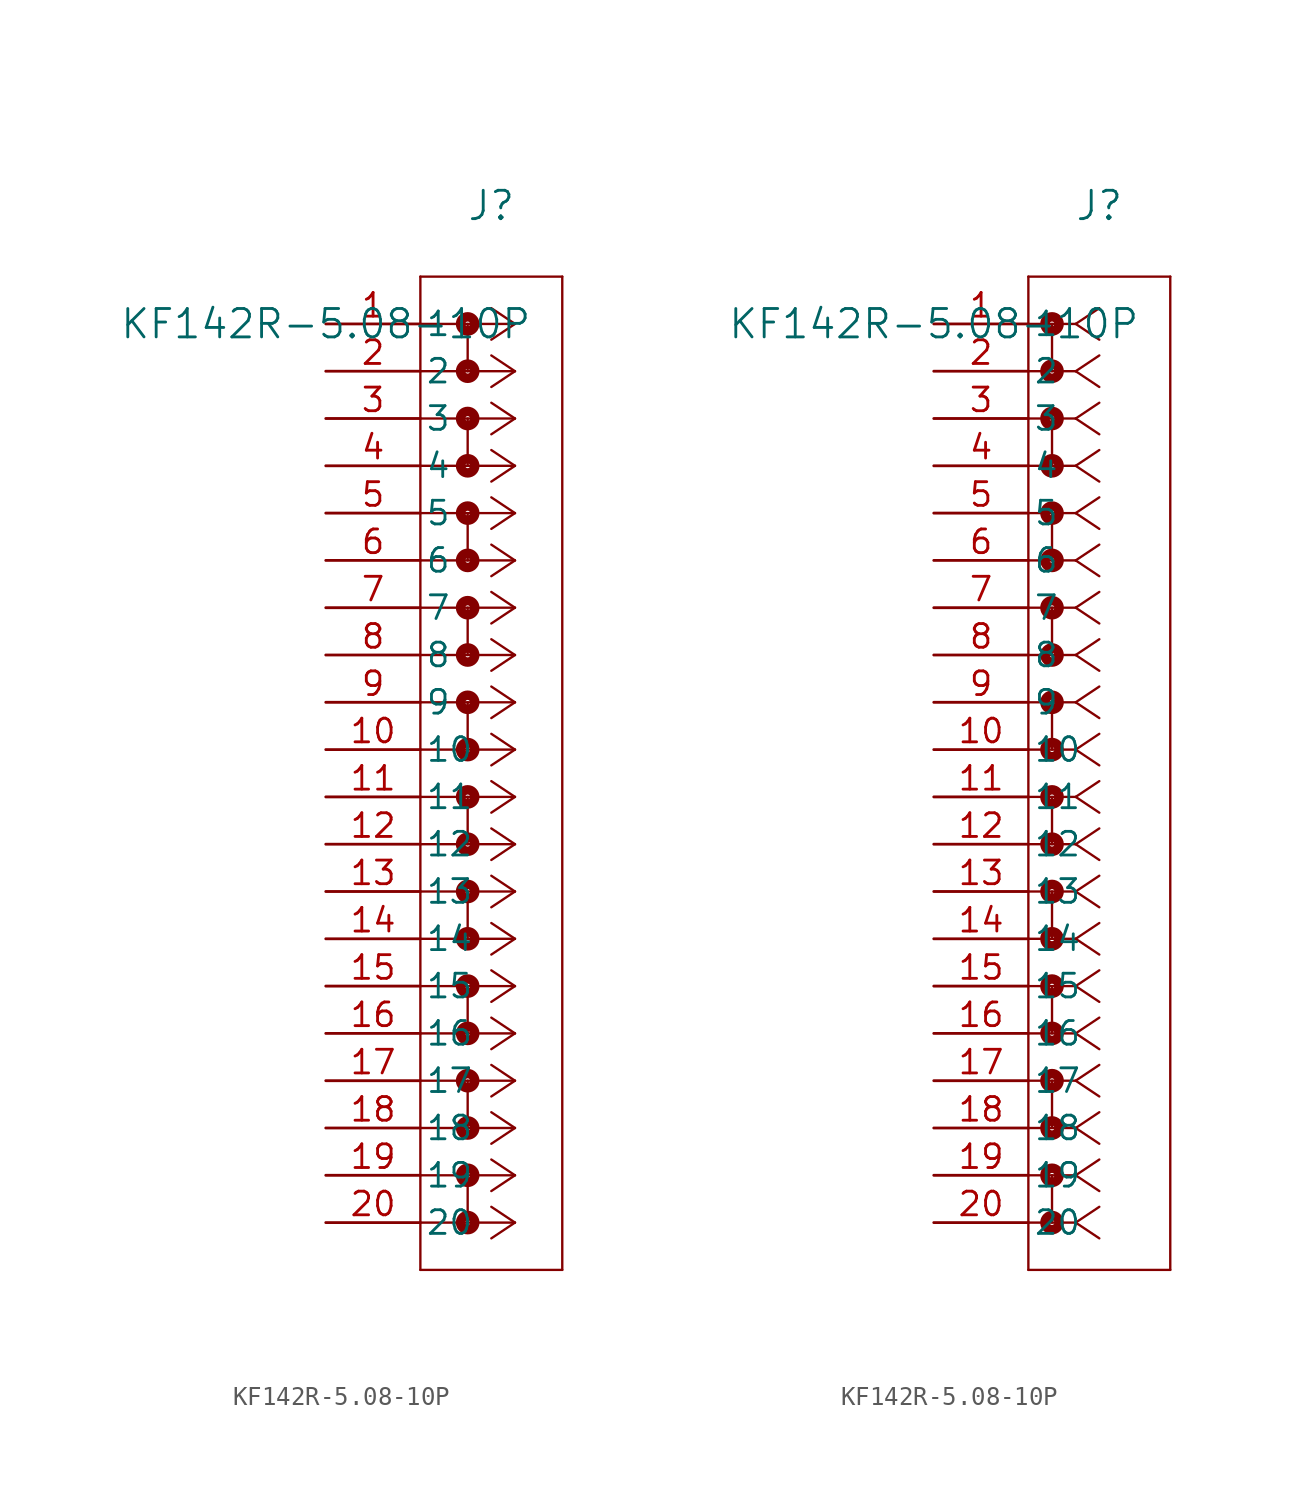
<source format=kicad_sym>
(kicad_symbol_lib
  (version 20211014)
  (generator kicad_symbol_editor)
  (symbol "KF142R-5.08-10P"
    (pin_names
      (offset 0.254))
    (property "Reference" "J"
      (at 8.89 6.35 0)
      (effects (font (size 1.524 1.524))))
    (property "Value" "KF142R-5.08-10P"
      (at 0 0 0)
      (effects (font (size 1.524 1.524))))
    (symbol "KF142R-5.08-10P_1_1"
      (polyline (pts (xy 10.16 0) (xy 5.08 0)) (stroke (width 0.127) (type default) (color 0 0 0 0)) (fill (type none)))
      (polyline (pts (xy 10.16 -2.54) (xy 5.08 -2.54)) (stroke (width 0.127) (type default) (color 0 0 0 0)) (fill (type none)))
      (polyline (pts (xy 10.16 -5.08) (xy 5.08 -5.08)) (stroke (width 0.127) (type default) (color 0 0 0 0)) (fill (type none)))
      (polyline (pts (xy 10.16 -7.62) (xy 5.08 -7.62)) (stroke (width 0.127) (type default) (color 0 0 0 0)) (fill (type none)))
      (polyline (pts (xy 10.16 -10.16) (xy 5.08 -10.16)) (stroke (width 0.127) (type default) (color 0 0 0 0)) (fill (type none)))
      (polyline (pts (xy 10.16 -12.7) (xy 5.08 -12.7)) (stroke (width 0.127) (type default) (color 0 0 0 0)) (fill (type none)))
      (polyline (pts (xy 10.16 -15.24) (xy 5.08 -15.24)) (stroke (width 0.127) (type default) (color 0 0 0 0)) (fill (type none)))
      (polyline (pts (xy 10.16 -17.78) (xy 5.08 -17.78)) (stroke (width 0.127) (type default) (color 0 0 0 0)) (fill (type none)))
      (polyline (pts (xy 10.16 -20.32) (xy 5.08 -20.32)) (stroke (width 0.127) (type default) (color 0 0 0 0)) (fill (type none)))
      (polyline (pts (xy 10.16 -22.86) (xy 5.08 -22.86)) (stroke (width 0.127) (type default) (color 0 0 0 0)) (fill (type none)))
      (polyline (pts (xy 10.16 -25.4) (xy 5.08 -25.4)) (stroke (width 0.127) (type default) (color 0 0 0 0)) (fill (type none)))
      (polyline (pts (xy 10.16 -27.94) (xy 5.08 -27.94)) (stroke (width 0.127) (type default) (color 0 0 0 0)) (fill (type none)))
      (polyline (pts (xy 10.16 -30.48) (xy 5.08 -30.48)) (stroke (width 0.127) (type default) (color 0 0 0 0)) (fill (type none)))
      (polyline (pts (xy 10.16 -33.02) (xy 5.08 -33.02)) (stroke (width 0.127) (type default) (color 0 0 0 0)) (fill (type none)))
      (polyline (pts (xy 10.16 -35.56) (xy 5.08 -35.56)) (stroke (width 0.127) (type default) (color 0 0 0 0)) (fill (type none)))
      (polyline (pts (xy 10.16 -38.1) (xy 5.08 -38.1)) (stroke (width 0.127) (type default) (color 0 0 0 0)) (fill (type none)))
      (polyline (pts (xy 10.16 -40.64) (xy 5.08 -40.64)) (stroke (width 0.127) (type default) (color 0 0 0 0)) (fill (type none)))
      (polyline (pts (xy 10.16 -43.18) (xy 5.08 -43.18)) (stroke (width 0.127) (type default) (color 0 0 0 0)) (fill (type none)))
      (polyline (pts (xy 10.16 -45.72) (xy 5.08 -45.72)) (stroke (width 0.127) (type default) (color 0 0 0 0)) (fill (type none)))
      (polyline (pts (xy 10.16 -48.26) (xy 5.08 -48.26)) (stroke (width 0.127) (type default) (color 0 0 0 0)) (fill (type none)))
      (polyline (pts (xy 10.16 0) (xy 8.89 0.847)) (stroke (width 0.127) (type default) (color 0 0 0 0)) (fill (type none)))
      (polyline (pts (xy 10.16 -2.54) (xy 8.89 -1.693)) (stroke (width 0.127) (type default) (color 0 0 0 0)) (fill (type none)))
      (polyline (pts (xy 10.16 -5.08) (xy 8.89 -4.233)) (stroke (width 0.127) (type default) (color 0 0 0 0)) (fill (type none)))
      (polyline (pts (xy 10.16 -7.62) (xy 8.89 -6.773)) (stroke (width 0.127) (type default) (color 0 0 0 0)) (fill (type none)))
      (polyline (pts (xy 10.16 -10.16) (xy 8.89 -9.313)) (stroke (width 0.127) (type default) (color 0 0 0 0)) (fill (type none)))
      (polyline (pts (xy 10.16 -12.7) (xy 8.89 -11.853)) (stroke (width 0.127) (type default) (color 0 0 0 0)) (fill (type none)))
      (polyline (pts (xy 10.16 -15.24) (xy 8.89 -14.393)) (stroke (width 0.127) (type default) (color 0 0 0 0)) (fill (type none)))
      (polyline (pts (xy 10.16 -17.78) (xy 8.89 -16.933)) (stroke (width 0.127) (type default) (color 0 0 0 0)) (fill (type none)))
      (polyline (pts (xy 10.16 -20.32) (xy 8.89 -19.473)) (stroke (width 0.127) (type default) (color 0 0 0 0)) (fill (type none)))
      (polyline (pts (xy 10.16 -22.86) (xy 8.89 -22.013)) (stroke (width 0.127) (type default) (color 0 0 0 0)) (fill (type none)))
      (polyline (pts (xy 10.16 -25.4) (xy 8.89 -24.553)) (stroke (width 0.127) (type default) (color 0 0 0 0)) (fill (type none)))
      (polyline (pts (xy 10.16 -27.94) (xy 8.89 -27.093)) (stroke (width 0.127) (type default) (color 0 0 0 0)) (fill (type none)))
      (polyline (pts (xy 10.16 -30.48) (xy 8.89 -29.633)) (stroke (width 0.127) (type default) (color 0 0 0 0)) (fill (type none)))
      (polyline (pts (xy 10.16 -33.02) (xy 8.89 -32.173)) (stroke (width 0.127) (type default) (color 0 0 0 0)) (fill (type none)))
      (polyline (pts (xy 10.16 -35.56) (xy 8.89 -34.713)) (stroke (width 0.127) (type default) (color 0 0 0 0)) (fill (type none)))
      (polyline (pts (xy 10.16 -38.1) (xy 8.89 -37.253)) (stroke (width 0.127) (type default) (color 0 0 0 0)) (fill (type none)))
      (polyline (pts (xy 10.16 -40.64) (xy 8.89 -39.793)) (stroke (width 0.127) (type default) (color 0 0 0 0)) (fill (type none)))
      (polyline (pts (xy 10.16 -43.18) (xy 8.89 -42.333)) (stroke (width 0.127) (type default) (color 0 0 0 0)) (fill (type none)))
      (polyline (pts (xy 10.16 -45.72) (xy 8.89 -44.873)) (stroke (width 0.127) (type default) (color 0 0 0 0)) (fill (type none)))
      (polyline (pts (xy 10.16 -48.26) (xy 8.89 -47.413)) (stroke (width 0.127) (type default) (color 0 0 0 0)) (fill (type none)))
      (polyline (pts (xy 10.16 0) (xy 8.89 -0.847)) (stroke (width 0.127) (type default) (color 0 0 0 0)) (fill (type none)))
      (polyline (pts (xy 10.16 -2.54) (xy 8.89 -3.387)) (stroke (width 0.127) (type default) (color 0 0 0 0)) (fill (type none)))
      (polyline (pts (xy 10.16 -5.08) (xy 8.89 -5.927)) (stroke (width 0.127) (type default) (color 0 0 0 0)) (fill (type none)))
      (polyline (pts (xy 10.16 -7.62) (xy 8.89 -8.467)) (stroke (width 0.127) (type default) (color 0 0 0 0)) (fill (type none)))
      (polyline (pts (xy 10.16 -10.16) (xy 8.89 -11.007)) (stroke (width 0.127) (type default) (color 0 0 0 0)) (fill (type none)))
      (polyline (pts (xy 10.16 -12.7) (xy 8.89 -13.547)) (stroke (width 0.127) (type default) (color 0 0 0 0)) (fill (type none)))
      (polyline (pts (xy 10.16 -15.24) (xy 8.89 -16.087)) (stroke (width 0.127) (type default) (color 0 0 0 0)) (fill (type none)))
      (polyline (pts (xy 10.16 -17.78) (xy 8.89 -18.627)) (stroke (width 0.127) (type default) (color 0 0 0 0)) (fill (type none)))
      (polyline (pts (xy 10.16 -20.32) (xy 8.89 -21.167)) (stroke (width 0.127) (type default) (color 0 0 0 0)) (fill (type none)))
      (polyline (pts (xy 10.16 -22.86) (xy 8.89 -23.707)) (stroke (width 0.127) (type default) (color 0 0 0 0)) (fill (type none)))
      (polyline (pts (xy 10.16 -25.4) (xy 8.89 -26.247)) (stroke (width 0.127) (type default) (color 0 0 0 0)) (fill (type none)))
      (polyline (pts (xy 10.16 -27.94) (xy 8.89 -28.787)) (stroke (width 0.127) (type default) (color 0 0 0 0)) (fill (type none)))
      (polyline (pts (xy 10.16 -30.48) (xy 8.89 -31.327)) (stroke (width 0.127) (type default) (color 0 0 0 0)) (fill (type none)))
      (polyline (pts (xy 10.16 -33.02) (xy 8.89 -33.867)) (stroke (width 0.127) (type default) (color 0 0 0 0)) (fill (type none)))
      (polyline (pts (xy 10.16 -35.56) (xy 8.89 -36.407)) (stroke (width 0.127) (type default) (color 0 0 0 0)) (fill (type none)))
      (polyline (pts (xy 10.16 -38.1) (xy 8.89 -38.947)) (stroke (width 0.127) (type default) (color 0 0 0 0)) (fill (type none)))
      (polyline (pts (xy 10.16 -40.64) (xy 8.89 -41.487)) (stroke (width 0.127) (type default) (color 0 0 0 0)) (fill (type none)))
      (polyline (pts (xy 10.16 -43.18) (xy 8.89 -44.027)) (stroke (width 0.127) (type default) (color 0 0 0 0)) (fill (type none)))
      (polyline (pts (xy 10.16 -45.72) (xy 8.89 -46.567)) (stroke (width 0.127) (type default) (color 0 0 0 0)) (fill (type none)))
      (polyline (pts (xy 10.16 -48.26) (xy 8.89 -49.107)) (stroke (width 0.127) (type default) (color 0 0 0 0)) (fill (type none)))
      (polyline (pts (xy 5.08 2.54) (xy 5.08 -50.8)) (stroke (width 0.127) (type default) (color 0 0 0 0)) (fill (type none)))
      (polyline (pts (xy 5.08 -50.8) (xy 12.7 -50.8)) (stroke (width 0.127) (type default) (color 0 0 0 0)) (fill (type none)))
      (polyline (pts (xy 12.7 -50.8) (xy 12.7 2.54)) (stroke (width 0.127) (type default) (color 0 0 0 0)) (fill (type none)))
      (polyline (pts (xy 12.7 2.54) (xy 5.08 2.54)) (stroke (width 0.127) (type default) (color 0 0 0 0)) (fill (type none)))
      (circle (center 7.62 0) (radius 0.127) (stroke (width 0.508) (type default) (color 0 0 0 0)) (fill (type none)))
      (polyline (pts (xy 7.62 0) (xy 7.62 -2.54)) (stroke (width 0.127) (type default) (color 0 0 0 0)) (fill (type none)))
      (circle (center 7.62 -2.54) (radius 0.127) (stroke (width 0.508) (type default) (color 0 0 0 0)) (fill (type none)))
      (circle (center 7.62 -5.08) (radius 0.127) (stroke (width 0.508) (type default) (color 0 0 0 0)) (fill (type none)))
      (polyline (pts (xy 7.62 -5.08) (xy 7.62 -7.62)) (stroke (width 0.127) (type default) (color 0 0 0 0)) (fill (type none)))
      (circle (center 7.62 -7.62) (radius 0.127) (stroke (width 0.508) (type default) (color 0 0 0 0)) (fill (type none)))
      (circle (center 7.62 -10.16) (radius 0.127) (stroke (width 0.508) (type default) (color 0 0 0 0)) (fill (type none)))
      (polyline (pts (xy 7.62 -10.16) (xy 7.62 -12.7)) (stroke (width 0.127) (type default) (color 0 0 0 0)) (fill (type none)))
      (circle (center 7.62 -12.7) (radius 0.127) (stroke (width 0.508) (type default) (color 0 0 0 0)) (fill (type none)))
      (circle (center 7.62 -15.24) (radius 0.127) (stroke (width 0.508) (type default) (color 0 0 0 0)) (fill (type none)))
      (polyline (pts (xy 7.62 -15.24) (xy 7.62 -17.78)) (stroke (width 0.127) (type default) (color 0 0 0 0)) (fill (type none)))
      (circle (center 7.62 -17.78) (radius 0.127) (stroke (width 0.508) (type default) (color 0 0 0 0)) (fill (type none)))
      (circle (center 7.62 -20.32) (radius 0.127) (stroke (width 0.508) (type default) (color 0 0 0 0)) (fill (type none)))
      (polyline (pts (xy 7.62 -20.32) (xy 7.62 -22.86)) (stroke (width 0.127) (type default) (color 0 0 0 0)) (fill (type none)))
      (circle (center 7.62 -22.86) (radius 0.127) (stroke (width 0.508) (type default) (color 0 0 0 0)) (fill (type none)))
      (circle (center 7.62 -45.72) (radius 0.127) (stroke (width 0.508) (type default) (color 0 0 0 0)) (fill (type none)))
      (polyline (pts (xy 7.62 -45.72) (xy 7.62 -48.26)) (stroke (width 0.127) (type default) (color 0 0 0 0)) (fill (type none)))
      (circle (center 7.62 -48.26) (radius 0.127) (stroke (width 0.508) (type default) (color 0 0 0 0)) (fill (type none)))
      (circle (center 7.62 -43.18) (radius 0.127) (stroke (width 0.508) (type default) (color 0 0 0 0)) (fill (type none)))
      (polyline (pts (xy 7.62 -43.18) (xy 7.62 -40.64)) (stroke (width 0.127) (type default) (color 0 0 0 0)) (fill (type none)))
      (circle (center 7.62 -40.64) (radius 0.127) (stroke (width 0.508) (type default) (color 0 0 0 0)) (fill (type none)))
      (circle (center 7.62 -38.1) (radius 0.127) (stroke (width 0.508) (type default) (color 0 0 0 0)) (fill (type none)))
      (polyline (pts (xy 7.62 -38.1) (xy 7.62 -35.56)) (stroke (width 0.127) (type default) (color 0 0 0 0)) (fill (type none)))
      (circle (center 7.62 -35.56) (radius 0.127) (stroke (width 0.508) (type default) (color 0 0 0 0)) (fill (type none)))
      (circle (center 7.62 -33.02) (radius 0.127) (stroke (width 0.508) (type default) (color 0 0 0 0)) (fill (type none)))
      (polyline (pts (xy 7.62 -33.02) (xy 7.62 -30.48)) (stroke (width 0.127) (type default) (color 0 0 0 0)) (fill (type none)))
      (circle (center 7.62 -30.48) (radius 0.127) (stroke (width 0.508) (type default) (color 0 0 0 0)) (fill (type none)))
      (circle (center 7.62 -25.4) (radius 0.127) (stroke (width 0.508) (type default) (color 0 0 0 0)) (fill (type none)))
      (polyline (pts (xy 7.62 -25.4) (xy 7.62 -27.94)) (stroke (width 0.127) (type default) (color 0 0 0 0)) (fill (type none)))
      (circle (center 7.62 -27.94) (radius 0.127) (stroke (width 0.508) (type default) (color 0 0 0 0)) (fill (type none)))
      (pin unspecified line (at 0 0 0) (length 5.08) (name "1" (effects (font (size 1.27 1.27)))) (number "1" (effects (font (size 1.27 1.27)))))
      (pin unspecified line (at 0 -2.54 0) (length 5.08) (name "2" (effects (font (size 1.27 1.27)))) (number "2" (effects (font (size 1.27 1.27)))))
      (pin unspecified line (at 0 -5.08 0) (length 5.08) (name "3" (effects (font (size 1.27 1.27)))) (number "3" (effects (font (size 1.27 1.27)))))
      (pin unspecified line (at 0 -7.62 0) (length 5.08) (name "4" (effects (font (size 1.27 1.27)))) (number "4" (effects (font (size 1.27 1.27)))))
      (pin unspecified line (at 0 -10.16 0) (length 5.08) (name "5" (effects (font (size 1.27 1.27)))) (number "5" (effects (font (size 1.27 1.27)))))
      (pin unspecified line (at 0 -12.7 0) (length 5.08) (name "6" (effects (font (size 1.27 1.27)))) (number "6" (effects (font (size 1.27 1.27)))))
      (pin unspecified line (at 0 -15.24 0) (length 5.08) (name "7" (effects (font (size 1.27 1.27)))) (number "7" (effects (font (size 1.27 1.27)))))
      (pin unspecified line (at 0 -17.78 0) (length 5.08) (name "8" (effects (font (size 1.27 1.27)))) (number "8" (effects (font (size 1.27 1.27)))))
      (pin unspecified line (at 0 -20.32 0) (length 5.08) (name "9" (effects (font (size 1.27 1.27)))) (number "9" (effects (font (size 1.27 1.27)))))
      (pin unspecified line (at 0 -22.86 0) (length 5.08) (name "10" (effects (font (size 1.27 1.27)))) (number "10" (effects (font (size 1.27 1.27)))))
      (pin unspecified line (at 0 -25.4 0) (length 5.08) (name "11" (effects (font (size 1.27 1.27)))) (number "11" (effects (font (size 1.27 1.27)))))
      (pin unspecified line (at 0 -27.94 0) (length 5.08) (name "12" (effects (font (size 1.27 1.27)))) (number "12" (effects (font (size 1.27 1.27)))))
      (pin unspecified line (at 0 -30.48 0) (length 5.08) (name "13" (effects (font (size 1.27 1.27)))) (number "13" (effects (font (size 1.27 1.27)))))
      (pin unspecified line (at 0 -33.02 0) (length 5.08) (name "14" (effects (font (size 1.27 1.27)))) (number "14" (effects (font (size 1.27 1.27)))))
      (pin unspecified line (at 0 -35.56 0) (length 5.08) (name "15" (effects (font (size 1.27 1.27)))) (number "15" (effects (font (size 1.27 1.27)))))
      (pin unspecified line (at 0 -38.1 0) (length 5.08) (name "16" (effects (font (size 1.27 1.27)))) (number "16" (effects (font (size 1.27 1.27)))))
      (pin unspecified line (at 0 -40.64 0) (length 5.08) (name "17" (effects (font (size 1.27 1.27)))) (number "17" (effects (font (size 1.27 1.27)))))
      (pin unspecified line (at 0 -43.18 0) (length 5.08) (name "18" (effects (font (size 1.27 1.27)))) (number "18" (effects (font (size 1.27 1.27)))))
      (pin unspecified line (at 0 -45.72 0) (length 5.08) (name "19" (effects (font (size 1.27 1.27)))) (number "19" (effects (font (size 1.27 1.27)))))
      (pin unspecified line (at 0 -48.26 0) (length 5.08) (name "20" (effects (font (size 1.27 1.27)))) (number "20" (effects (font (size 1.27 1.27))))))
    (symbol "KF142R-5.08-10P_1_2"
      (polyline (pts (xy 7.62 0) (xy 5.08 0)) (stroke (width 0.127) (type default) (color 0 0 0 0)) (fill (type none)))
      (polyline (pts (xy 7.62 -2.54) (xy 5.08 -2.54)) (stroke (width 0.127) (type default) (color 0 0 0 0)) (fill (type none)))
      (polyline (pts (xy 7.62 -5.08) (xy 5.08 -5.08)) (stroke (width 0.127) (type default) (color 0 0 0 0)) (fill (type none)))
      (polyline (pts (xy 7.62 -7.62) (xy 5.08 -7.62)) (stroke (width 0.127) (type default) (color 0 0 0 0)) (fill (type none)))
      (polyline (pts (xy 7.62 -10.16) (xy 5.08 -10.16)) (stroke (width 0.127) (type default) (color 0 0 0 0)) (fill (type none)))
      (polyline (pts (xy 7.62 -12.7) (xy 5.08 -12.7)) (stroke (width 0.127) (type default) (color 0 0 0 0)) (fill (type none)))
      (polyline (pts (xy 7.62 -15.24) (xy 5.08 -15.24)) (stroke (width 0.127) (type default) (color 0 0 0 0)) (fill (type none)))
      (polyline (pts (xy 7.62 -17.78) (xy 5.08 -17.78)) (stroke (width 0.127) (type default) (color 0 0 0 0)) (fill (type none)))
      (polyline (pts (xy 7.62 -20.32) (xy 5.08 -20.32)) (stroke (width 0.127) (type default) (color 0 0 0 0)) (fill (type none)))
      (polyline (pts (xy 7.62 -22.86) (xy 5.08 -22.86)) (stroke (width 0.127) (type default) (color 0 0 0 0)) (fill (type none)))
      (polyline (pts (xy 7.62 -25.4) (xy 5.08 -25.4)) (stroke (width 0.127) (type default) (color 0 0 0 0)) (fill (type none)))
      (polyline (pts (xy 7.62 -27.94) (xy 5.08 -27.94)) (stroke (width 0.127) (type default) (color 0 0 0 0)) (fill (type none)))
      (polyline (pts (xy 7.62 -30.48) (xy 5.08 -30.48)) (stroke (width 0.127) (type default) (color 0 0 0 0)) (fill (type none)))
      (polyline (pts (xy 7.62 -33.02) (xy 5.08 -33.02)) (stroke (width 0.127) (type default) (color 0 0 0 0)) (fill (type none)))
      (polyline (pts (xy 7.62 -35.56) (xy 5.08 -35.56)) (stroke (width 0.127) (type default) (color 0 0 0 0)) (fill (type none)))
      (polyline (pts (xy 7.62 -38.1) (xy 5.08 -38.1)) (stroke (width 0.127) (type default) (color 0 0 0 0)) (fill (type none)))
      (polyline (pts (xy 7.62 -40.64) (xy 5.08 -40.64)) (stroke (width 0.127) (type default) (color 0 0 0 0)) (fill (type none)))
      (polyline (pts (xy 7.62 -43.18) (xy 5.08 -43.18)) (stroke (width 0.127) (type default) (color 0 0 0 0)) (fill (type none)))
      (polyline (pts (xy 7.62 -45.72) (xy 5.08 -45.72)) (stroke (width 0.127) (type default) (color 0 0 0 0)) (fill (type none)))
      (polyline (pts (xy 7.62 -48.26) (xy 5.08 -48.26)) (stroke (width 0.127) (type default) (color 0 0 0 0)) (fill (type none)))
      (polyline (pts (xy 7.62 0) (xy 8.89 0.847)) (stroke (width 0.127) (type default) (color 0 0 0 0)) (fill (type none)))
      (polyline (pts (xy 7.62 -2.54) (xy 8.89 -1.693)) (stroke (width 0.127) (type default) (color 0 0 0 0)) (fill (type none)))
      (polyline (pts (xy 7.62 -5.08) (xy 8.89 -4.233)) (stroke (width 0.127) (type default) (color 0 0 0 0)) (fill (type none)))
      (polyline (pts (xy 7.62 -7.62) (xy 8.89 -6.773)) (stroke (width 0.127) (type default) (color 0 0 0 0)) (fill (type none)))
      (polyline (pts (xy 7.62 -10.16) (xy 8.89 -9.313)) (stroke (width 0.127) (type default) (color 0 0 0 0)) (fill (type none)))
      (polyline (pts (xy 7.62 -12.7) (xy 8.89 -11.853)) (stroke (width 0.127) (type default) (color 0 0 0 0)) (fill (type none)))
      (polyline (pts (xy 7.62 -15.24) (xy 8.89 -14.393)) (stroke (width 0.127) (type default) (color 0 0 0 0)) (fill (type none)))
      (polyline (pts (xy 7.62 -17.78) (xy 8.89 -16.933)) (stroke (width 0.127) (type default) (color 0 0 0 0)) (fill (type none)))
      (polyline (pts (xy 7.62 -20.32) (xy 8.89 -19.473)) (stroke (width 0.127) (type default) (color 0 0 0 0)) (fill (type none)))
      (polyline (pts (xy 7.62 -22.86) (xy 8.89 -22.013)) (stroke (width 0.127) (type default) (color 0 0 0 0)) (fill (type none)))
      (polyline (pts (xy 7.62 -25.4) (xy 8.89 -24.553)) (stroke (width 0.127) (type default) (color 0 0 0 0)) (fill (type none)))
      (polyline (pts (xy 7.62 -27.94) (xy 8.89 -27.093)) (stroke (width 0.127) (type default) (color 0 0 0 0)) (fill (type none)))
      (polyline (pts (xy 7.62 -30.48) (xy 8.89 -29.633)) (stroke (width 0.127) (type default) (color 0 0 0 0)) (fill (type none)))
      (polyline (pts (xy 7.62 -33.02) (xy 8.89 -32.173)) (stroke (width 0.127) (type default) (color 0 0 0 0)) (fill (type none)))
      (polyline (pts (xy 7.62 -35.56) (xy 8.89 -34.713)) (stroke (width 0.127) (type default) (color 0 0 0 0)) (fill (type none)))
      (polyline (pts (xy 7.62 -38.1) (xy 8.89 -37.253)) (stroke (width 0.127) (type default) (color 0 0 0 0)) (fill (type none)))
      (polyline (pts (xy 7.62 -40.64) (xy 8.89 -39.793)) (stroke (width 0.127) (type default) (color 0 0 0 0)) (fill (type none)))
      (polyline (pts (xy 7.62 -43.18) (xy 8.89 -42.333)) (stroke (width 0.127) (type default) (color 0 0 0 0)) (fill (type none)))
      (polyline (pts (xy 7.62 -45.72) (xy 8.89 -44.873)) (stroke (width 0.127) (type default) (color 0 0 0 0)) (fill (type none)))
      (polyline (pts (xy 7.62 -48.26) (xy 8.89 -47.413)) (stroke (width 0.127) (type default) (color 0 0 0 0)) (fill (type none)))
      (polyline (pts (xy 7.62 0) (xy 8.89 -0.847)) (stroke (width 0.127) (type default) (color 0 0 0 0)) (fill (type none)))
      (polyline (pts (xy 7.62 -2.54) (xy 8.89 -3.387)) (stroke (width 0.127) (type default) (color 0 0 0 0)) (fill (type none)))
      (polyline (pts (xy 7.62 -5.08) (xy 8.89 -5.927)) (stroke (width 0.127) (type default) (color 0 0 0 0)) (fill (type none)))
      (polyline (pts (xy 7.62 -7.62) (xy 8.89 -8.467)) (stroke (width 0.127) (type default) (color 0 0 0 0)) (fill (type none)))
      (polyline (pts (xy 7.62 -10.16) (xy 8.89 -11.007)) (stroke (width 0.127) (type default) (color 0 0 0 0)) (fill (type none)))
      (polyline (pts (xy 7.62 -12.7) (xy 8.89 -13.547)) (stroke (width 0.127) (type default) (color 0 0 0 0)) (fill (type none)))
      (polyline (pts (xy 7.62 -15.24) (xy 8.89 -16.087)) (stroke (width 0.127) (type default) (color 0 0 0 0)) (fill (type none)))
      (polyline (pts (xy 7.62 -17.78) (xy 8.89 -18.627)) (stroke (width 0.127) (type default) (color 0 0 0 0)) (fill (type none)))
      (polyline (pts (xy 7.62 -20.32) (xy 8.89 -21.167)) (stroke (width 0.127) (type default) (color 0 0 0 0)) (fill (type none)))
      (polyline (pts (xy 7.62 -22.86) (xy 8.89 -23.707)) (stroke (width 0.127) (type default) (color 0 0 0 0)) (fill (type none)))
      (polyline (pts (xy 7.62 -25.4) (xy 8.89 -26.247)) (stroke (width 0.127) (type default) (color 0 0 0 0)) (fill (type none)))
      (polyline (pts (xy 7.62 -27.94) (xy 8.89 -28.787)) (stroke (width 0.127) (type default) (color 0 0 0 0)) (fill (type none)))
      (polyline (pts (xy 7.62 -30.48) (xy 8.89 -31.327)) (stroke (width 0.127) (type default) (color 0 0 0 0)) (fill (type none)))
      (polyline (pts (xy 7.62 -33.02) (xy 8.89 -33.867)) (stroke (width 0.127) (type default) (color 0 0 0 0)) (fill (type none)))
      (polyline (pts (xy 7.62 -35.56) (xy 8.89 -36.407)) (stroke (width 0.127) (type default) (color 0 0 0 0)) (fill (type none)))
      (polyline (pts (xy 7.62 -38.1) (xy 8.89 -38.947)) (stroke (width 0.127) (type default) (color 0 0 0 0)) (fill (type none)))
      (polyline (pts (xy 7.62 -40.64) (xy 8.89 -41.487)) (stroke (width 0.127) (type default) (color 0 0 0 0)) (fill (type none)))
      (polyline (pts (xy 7.62 -43.18) (xy 8.89 -44.027)) (stroke (width 0.127) (type default) (color 0 0 0 0)) (fill (type none)))
      (polyline (pts (xy 7.62 -45.72) (xy 8.89 -46.567)) (stroke (width 0.127) (type default) (color 0 0 0 0)) (fill (type none)))
      (polyline (pts (xy 7.62 -48.26) (xy 8.89 -49.107)) (stroke (width 0.127) (type default) (color 0 0 0 0)) (fill (type none)))
      (polyline (pts (xy 5.08 2.54) (xy 5.08 -50.8)) (stroke (width 0.127) (type default) (color 0 0 0 0)) (fill (type none)))
      (polyline (pts (xy 5.08 -50.8) (xy 12.7 -50.8)) (stroke (width 0.127) (type default) (color 0 0 0 0)) (fill (type none)))
      (polyline (pts (xy 12.7 -50.8) (xy 12.7 2.54)) (stroke (width 0.127) (type default) (color 0 0 0 0)) (fill (type none)))
      (polyline (pts (xy 12.7 2.54) (xy 5.08 2.54)) (stroke (width 0.127) (type default) (color 0 0 0 0)) (fill (type none)))
      (circle (center 6.35 0) (radius 0.127) (stroke (width 0.508) (type default) (color 0 0 0 0)) (fill (type none)))
      (polyline (pts (xy 6.35 0) (xy 6.35 -2.54)) (stroke (width 0.127) (type default) (color 0 0 0 0)) (fill (type none)))
      (circle (center 6.35 -2.54) (radius 0.127) (stroke (width 0.508) (type default) (color 0 0 0 0)) (fill (type none)))
      (circle (center 6.35 -5.08) (radius 0.127) (stroke (width 0.508) (type default) (color 0 0 0 0)) (fill (type none)))
      (polyline (pts (xy 6.35 -5.08) (xy 6.35 -7.62)) (stroke (width 0.127) (type default) (color 0 0 0 0)) (fill (type none)))
      (circle (center 6.35 -7.62) (radius 0.127) (stroke (width 0.508) (type default) (color 0 0 0 0)) (fill (type none)))
      (circle (center 6.35 -10.16) (radius 0.127) (stroke (width 0.508) (type default) (color 0 0 0 0)) (fill (type none)))
      (polyline (pts (xy 6.35 -10.16) (xy 6.35 -12.7)) (stroke (width 0.127) (type default) (color 0 0 0 0)) (fill (type none)))
      (circle (center 6.35 -12.7) (radius 0.127) (stroke (width 0.508) (type default) (color 0 0 0 0)) (fill (type none)))
      (circle (center 6.35 -45.72) (radius 0.127) (stroke (width 0.508) (type default) (color 0 0 0 0)) (fill (type none)))
      (polyline (pts (xy 6.35 -45.72) (xy 6.35 -48.26)) (stroke (width 0.127) (type default) (color 0 0 0 0)) (fill (type none)))
      (circle (center 6.35 -48.26) (radius 0.127) (stroke (width 0.508) (type default) (color 0 0 0 0)) (fill (type none)))
      (circle (center 6.35 -43.18) (radius 0.127) (stroke (width 0.508) (type default) (color 0 0 0 0)) (fill (type none)))
      (polyline (pts (xy 6.35 -43.18) (xy 6.35 -40.64)) (stroke (width 0.127) (type default) (color 0 0 0 0)) (fill (type none)))
      (circle (center 6.35 -40.64) (radius 0.127) (stroke (width 0.508) (type default) (color 0 0 0 0)) (fill (type none)))
      (circle (center 6.35 -38.1) (radius 0.127) (stroke (width 0.508) (type default) (color 0 0 0 0)) (fill (type none)))
      (polyline (pts (xy 6.35 -38.1) (xy 6.35 -35.56)) (stroke (width 0.127) (type default) (color 0 0 0 0)) (fill (type none)))
      (circle (center 6.35 -35.56) (radius 0.127) (stroke (width 0.508) (type default) (color 0 0 0 0)) (fill (type none)))
      (circle (center 6.35 -30.48) (radius 0.127) (stroke (width 0.508) (type default) (color 0 0 0 0)) (fill (type none)))
      (polyline (pts (xy 6.35 -30.48) (xy 6.35 -33.02)) (stroke (width 0.127) (type default) (color 0 0 0 0)) (fill (type none)))
      (circle (center 6.35 -33.02) (radius 0.127) (stroke (width 0.508) (type default) (color 0 0 0 0)) (fill (type none)))
      (circle (center 6.35 -25.4) (radius 0.127) (stroke (width 0.508) (type default) (color 0 0 0 0)) (fill (type none)))
      (polyline (pts (xy 6.35 -25.4) (xy 6.35 -27.94)) (stroke (width 0.127) (type default) (color 0 0 0 0)) (fill (type none)))
      (circle (center 6.35 -27.94) (radius 0.127) (stroke (width 0.508) (type default) (color 0 0 0 0)) (fill (type none)))
      (circle (center 6.35 -20.32) (radius 0.127) (stroke (width 0.508) (type default) (color 0 0 0 0)) (fill (type none)))
      (polyline (pts (xy 6.35 -20.32) (xy 6.35 -22.86)) (stroke (width 0.127) (type default) (color 0 0 0 0)) (fill (type none)))
      (circle (center 6.35 -22.86) (radius 0.127) (stroke (width 0.508) (type default) (color 0 0 0 0)) (fill (type none)))
      (circle (center 6.35 -15.24) (radius 0.127) (stroke (width 0.508) (type default) (color 0 0 0 0)) (fill (type none)))
      (polyline (pts (xy 6.35 -15.24) (xy 6.35 -17.78)) (stroke (width 0.127) (type default) (color 0 0 0 0)) (fill (type none)))
      (circle (center 6.35 -17.78) (radius 0.127) (stroke (width 0.508) (type default) (color 0 0 0 0)) (fill (type none)))
      (pin unspecified line (at 0 0 0) (length 5.08) (name "1" (effects (font (size 1.27 1.27)))) (number "1" (effects (font (size 1.27 1.27)))))
      (pin unspecified line (at 0 -2.54 0) (length 5.08) (name "2" (effects (font (size 1.27 1.27)))) (number "2" (effects (font (size 1.27 1.27)))))
      (pin unspecified line (at 0 -5.08 0) (length 5.08) (name "3" (effects (font (size 1.27 1.27)))) (number "3" (effects (font (size 1.27 1.27)))))
      (pin unspecified line (at 0 -7.62 0) (length 5.08) (name "4" (effects (font (size 1.27 1.27)))) (number "4" (effects (font (size 1.27 1.27)))))
      (pin unspecified line (at 0 -10.16 0) (length 5.08) (name "5" (effects (font (size 1.27 1.27)))) (number "5" (effects (font (size 1.27 1.27)))))
      (pin unspecified line (at 0 -12.7 0) (length 5.08) (name "6" (effects (font (size 1.27 1.27)))) (number "6" (effects (font (size 1.27 1.27)))))
      (pin unspecified line (at 0 -15.24 0) (length 5.08) (name "7" (effects (font (size 1.27 1.27)))) (number "7" (effects (font (size 1.27 1.27)))))
      (pin unspecified line (at 0 -17.78 0) (length 5.08) (name "8" (effects (font (size 1.27 1.27)))) (number "8" (effects (font (size 1.27 1.27)))))
      (pin unspecified line (at 0 -20.32 0) (length 5.08) (name "9" (effects (font (size 1.27 1.27)))) (number "9" (effects (font (size 1.27 1.27)))))
      (pin unspecified line (at 0 -22.86 0) (length 5.08) (name "10" (effects (font (size 1.27 1.27)))) (number "10" (effects (font (size 1.27 1.27)))))
      (pin unspecified line (at 0 -25.4 0) (length 5.08) (name "11" (effects (font (size 1.27 1.27)))) (number "11" (effects (font (size 1.27 1.27)))))
      (pin unspecified line (at 0 -27.94 0) (length 5.08) (name "12" (effects (font (size 1.27 1.27)))) (number "12" (effects (font (size 1.27 1.27)))))
      (pin unspecified line (at 0 -30.48 0) (length 5.08) (name "13" (effects (font (size 1.27 1.27)))) (number "13" (effects (font (size 1.27 1.27)))))
      (pin unspecified line (at 0 -33.02 0) (length 5.08) (name "14" (effects (font (size 1.27 1.27)))) (number "14" (effects (font (size 1.27 1.27)))))
      (pin unspecified line (at 0 -35.56 0) (length 5.08) (name "15" (effects (font (size 1.27 1.27)))) (number "15" (effects (font (size 1.27 1.27)))))
      (pin unspecified line (at 0 -38.1 0) (length 5.08) (name "16" (effects (font (size 1.27 1.27)))) (number "16" (effects (font (size 1.27 1.27)))))
      (pin unspecified line (at 0 -40.64 0) (length 5.08) (name "17" (effects (font (size 1.27 1.27)))) (number "17" (effects (font (size 1.27 1.27)))))
      (pin unspecified line (at 0 -43.18 0) (length 5.08) (name "18" (effects (font (size 1.27 1.27)))) (number "18" (effects (font (size 1.27 1.27)))))
      (pin unspecified line (at 0 -45.72 0) (length 5.08) (name "19" (effects (font (size 1.27 1.27)))) (number "19" (effects (font (size 1.27 1.27)))))
      (pin unspecified line (at 0 -48.26 0) (length 5.08) (name "20" (effects (font (size 1.27 1.27)))) (number "20" (effects (font (size 1.27 1.27))))))))
</source>
